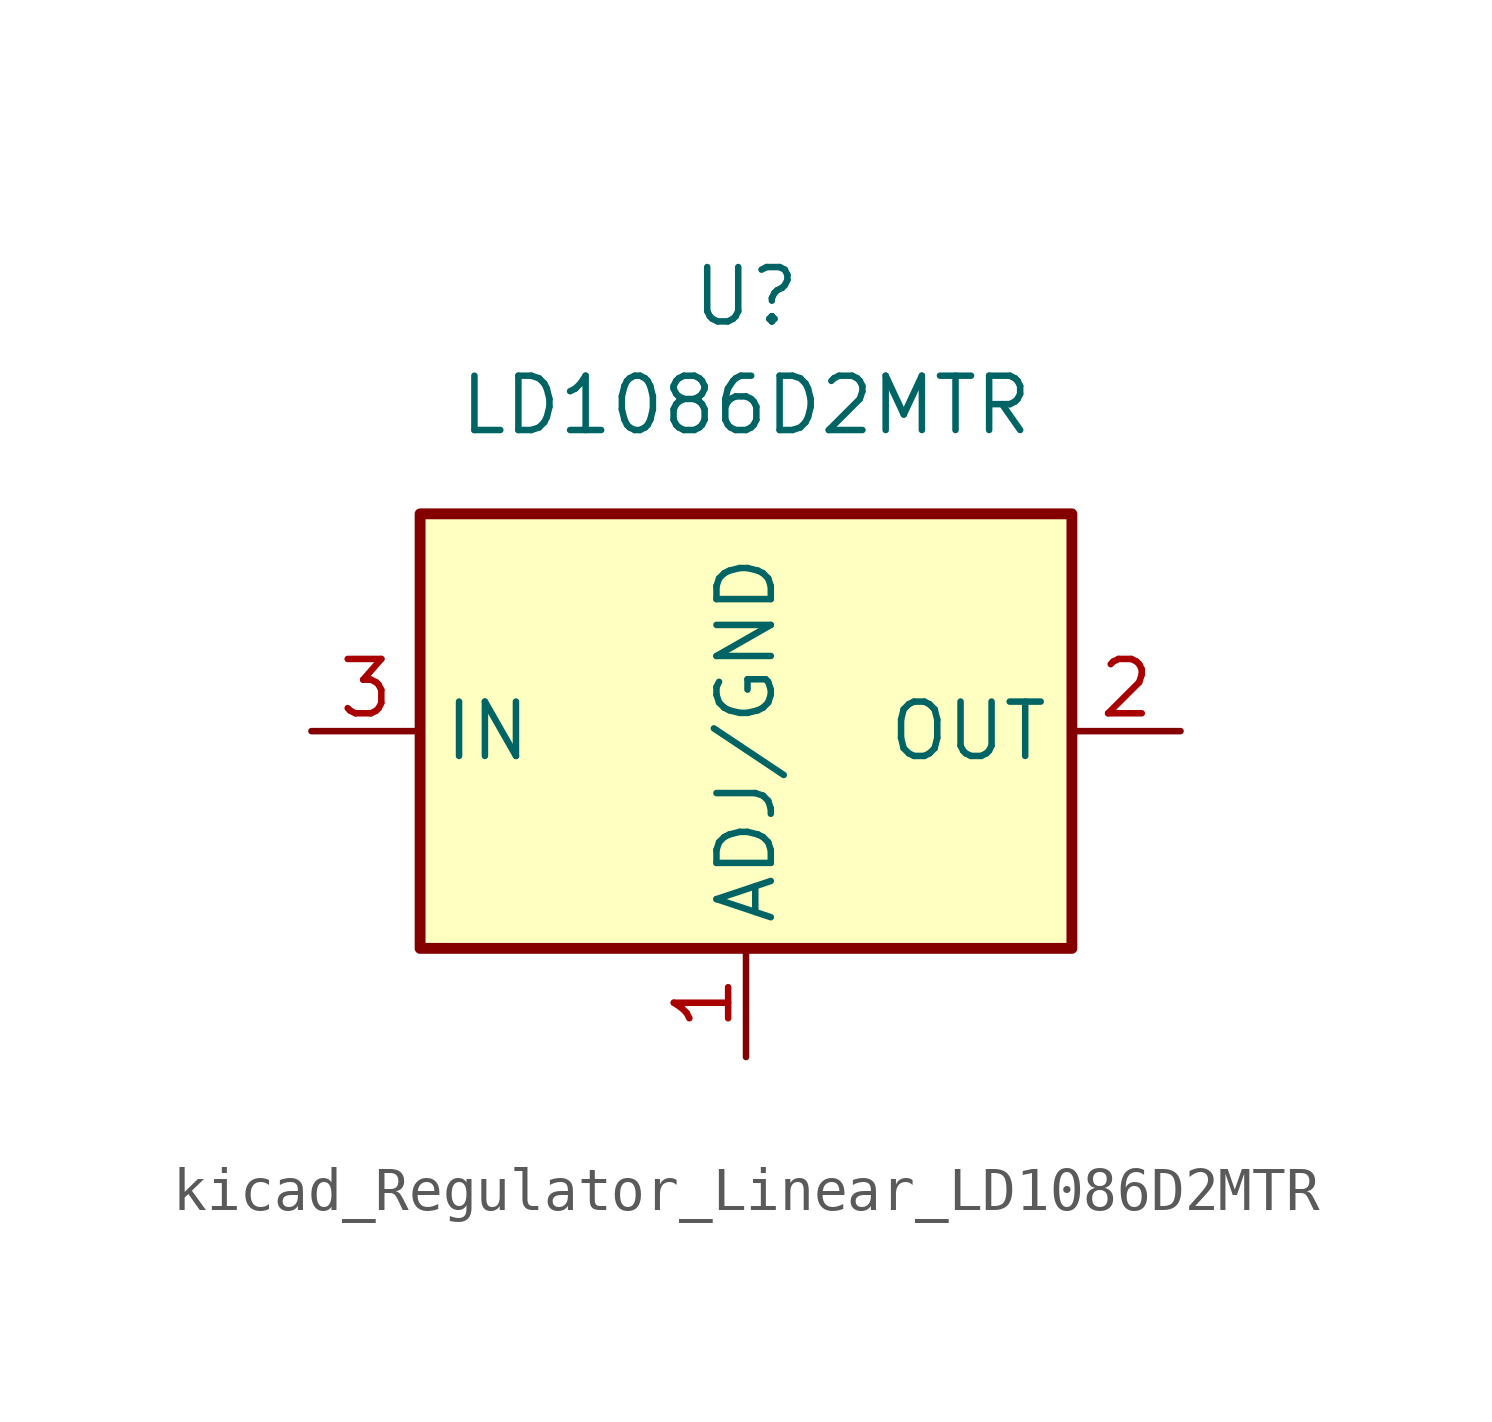
<source format=kicad_sym>
(kicad_symbol_lib
  (version 20220914)
  (generator kicad_symbol_editor)
  (symbol "kicad_Regulator_Linear_LD1086D2MTR"
    (property "Reference" "U"
      (at 0 10.16 0)
      (effects (font (size 1.27 1.27))))
    (property "Value" "LD1086D2MTR"
      (at 0 7.62 0)
      (effects (font (size 1.27 1.27))))
    (symbol "kicad_Regulator_Linear_LD1086D2MTR_1_1"
      (rectangle (start -7.62 -5.08) (end 7.62 5.08) (stroke (width 0.254) (type default)) (fill (type background)))
      (pin input line (at 0 -7.62 90) (length 2.54) (name "ADJ/GND" (effects (font (size 1.27 1.27)))) (number "1" (effects (font (size 1.27 1.27)))))
      (pin power_out line (at 10.16 0 180) (length 2.54) (name "OUT" (effects (font (size 1.27 1.27)))) (number "2" (effects (font (size 1.27 1.27)))))
      (pin power_in line (at -10.16 0 0) (length 2.54) (name "IN" (effects (font (size 1.27 1.27)))) (number "3" (effects (font (size 1.27 1.27))))))))
</source>
